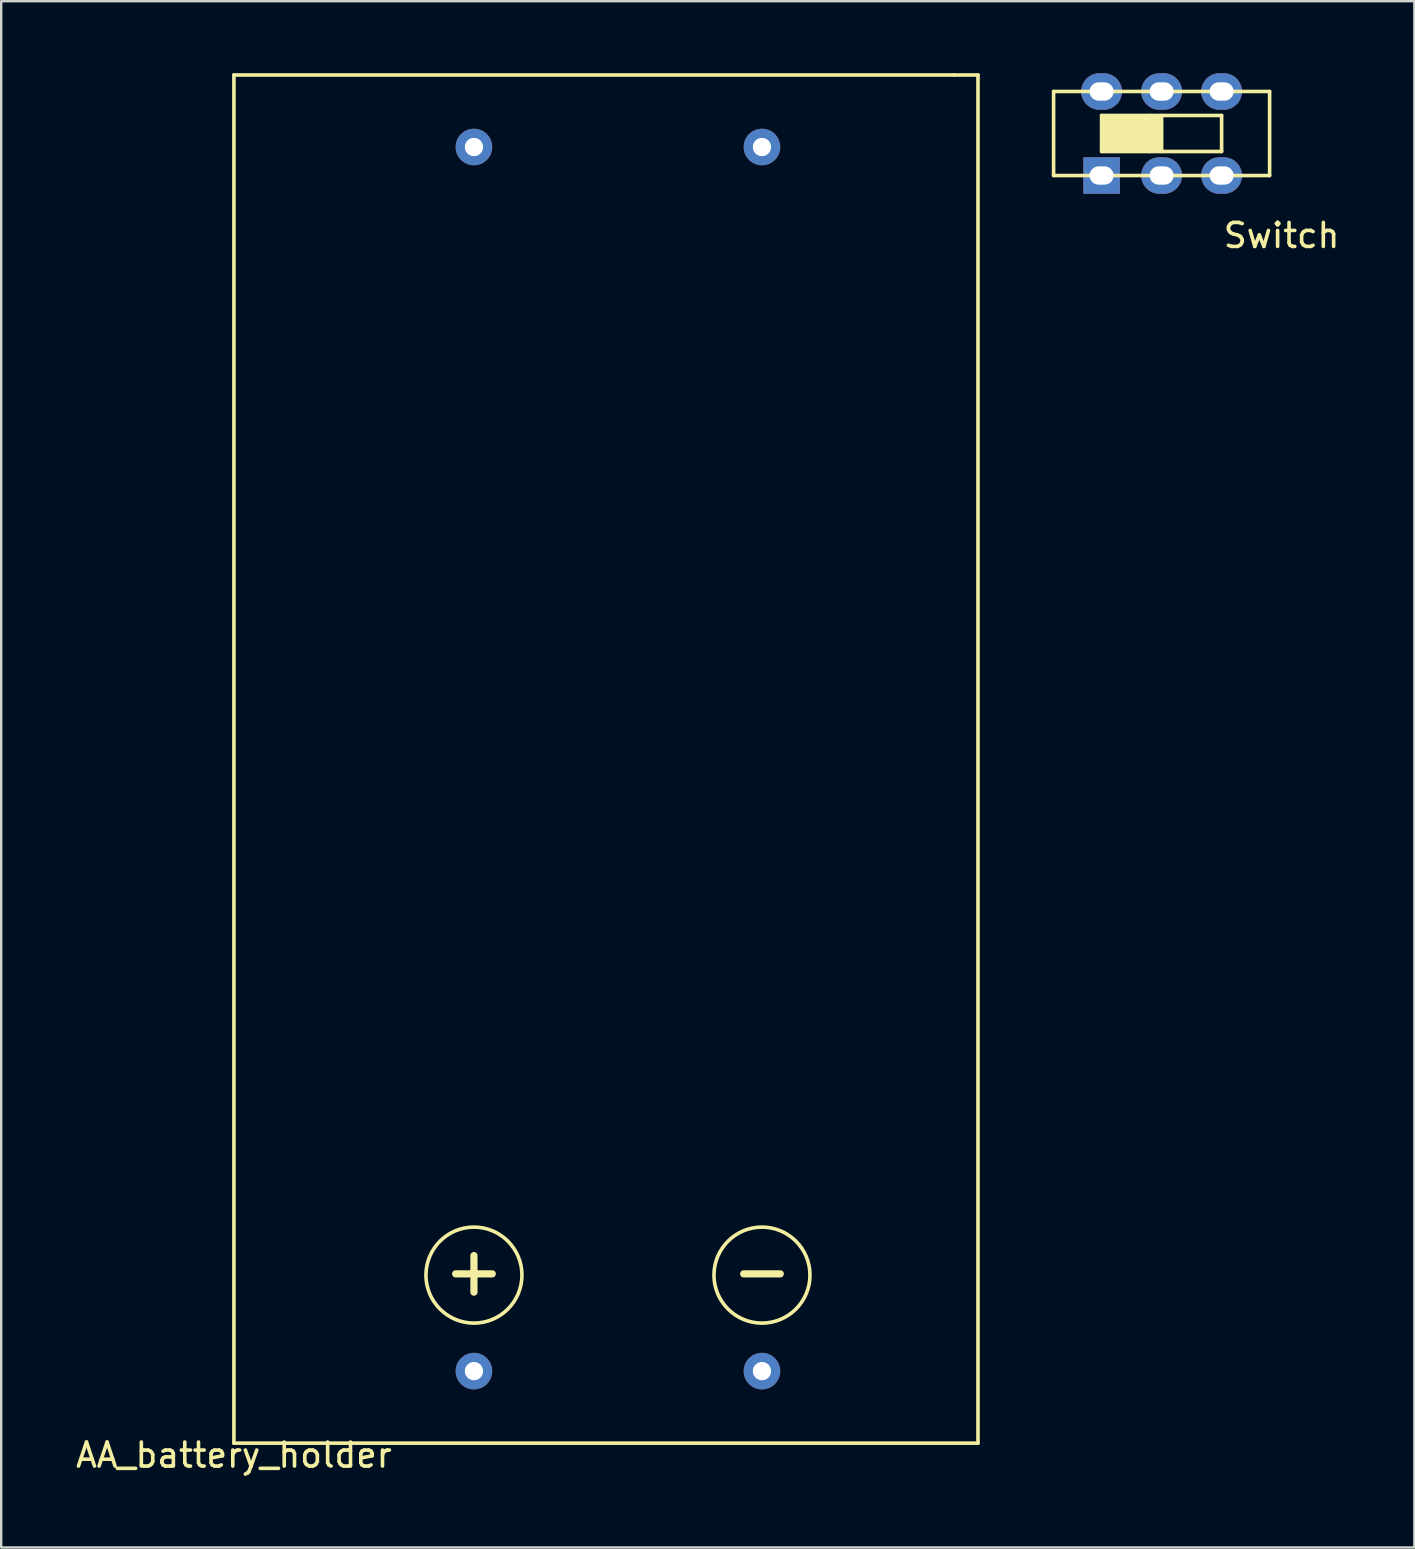
<source format=kicad_pcb>
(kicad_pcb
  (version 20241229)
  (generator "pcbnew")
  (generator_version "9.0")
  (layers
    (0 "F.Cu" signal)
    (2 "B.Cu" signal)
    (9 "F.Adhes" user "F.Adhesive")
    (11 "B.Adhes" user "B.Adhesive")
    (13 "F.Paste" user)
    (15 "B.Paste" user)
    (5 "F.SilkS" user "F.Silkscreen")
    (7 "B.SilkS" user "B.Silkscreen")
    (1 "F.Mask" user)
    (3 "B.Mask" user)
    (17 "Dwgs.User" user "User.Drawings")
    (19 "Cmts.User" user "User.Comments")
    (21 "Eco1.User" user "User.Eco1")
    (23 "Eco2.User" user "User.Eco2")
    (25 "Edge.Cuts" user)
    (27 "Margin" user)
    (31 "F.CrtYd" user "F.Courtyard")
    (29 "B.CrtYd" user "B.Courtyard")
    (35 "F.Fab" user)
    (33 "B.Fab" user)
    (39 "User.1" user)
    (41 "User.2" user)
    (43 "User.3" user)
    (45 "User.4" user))
  (footprint "AA_battery_holder"
    (layer "F.Cu")
    (at 6.696 57.075)
    (property "Reference" "AA_battery_holder" (at 0 0.5 0) (layer "F.SilkS") (effects (font (size 1 1) (thickness 0.15))))
    (attr through_hole)
    (fp_line (start 0 -57) (end 0 0) (stroke (width 0.15) (type solid)) (layer "F.SilkS"))
    (fp_line (start 0 0) (end 31 0) (stroke (width 0.15) (type solid)) (layer "F.SilkS"))
    (fp_line (start 30 -57) (end 0 -57) (stroke (width 0.15) (type solid)) (layer "F.SilkS"))
    (fp_line (start 30 -57) (end 31 -57) (stroke (width 0.15) (type solid)) (layer "F.SilkS"))
    (fp_line (start 31 0) (end 31 -57) (stroke (width 0.15) (type solid)) (layer "F.SilkS"))
    (fp_circle (center 10 -7) (end 12 -7) (stroke (width 0.15) (type solid)) (fill no) (layer "F.SilkS"))
    (fp_circle (center 22 -7) (end 24 -7) (stroke (width 0.15) (type solid)) (fill no) (layer "F.SilkS"))
    (fp_text user "-" (at 22 -7.2 0) (layer "F.SilkS") (effects (font (size 2 2) (thickness 0.3))))
    (fp_text user "+" (at 10 -7.2 0) (layer "F.SilkS") (effects (font (size 2 2) (thickness 0.3))))
    (pad "1" thru_hole circle (at 10 -3) (size 1.524 1.524) (drill 0.762) (layers "*.Cu" "*.Mask"))
    (pad "2" thru_hole circle (at 10 -54) (size 1.524 1.524) (drill 0.762) (layers "*.Cu" "*.Mask"))
    (pad "3" thru_hole circle (at 22 -54) (size 1.524 1.524) (drill 0.762) (layers "*.Cu" "*.Mask"))
    (pad "4" thru_hole circle (at 22 -3) (size 1.524 1.524) (drill 0.762) (layers "*.Cu" "*.Mask")))
  (footprint "Switch"
    (layer "F.Cu")
    (at 45.346 4.262)
    (property "Reference" "Switch" (at 5 2.5 0) (layer "F.SilkS") (effects (font (size 1 1) (thickness 0.15))))
    (attr through_hole)
    (fp_line (start -4.5 -3.5) (end -4.5 0) (stroke (width 0.15) (type solid)) (layer "F.SilkS"))
    (fp_line (start -4.5 0) (end 0 0) (stroke (width 0.15) (type solid)) (layer "F.SilkS"))
    (fp_line (start -2.5 -2.5) (end -2.5 -1) (stroke (width 0.15) (type solid)) (layer "F.SilkS"))
    (fp_line (start -2.5 -1) (end -0.5 -1) (stroke (width 0.15) (type solid)) (layer "F.SilkS"))
    (fp_line (start -2.2 -2.2) (end -0.3 -2.2) (stroke (width 0.7) (type solid)) (layer "F.SilkS"))
    (fp_line (start -2.2 -1.7) (end -0.3 -1.7) (stroke (width 0.7) (type solid)) (layer "F.SilkS"))
    (fp_line (start -2.2 -1.3) (end -0.3 -1.3) (stroke (width 0.7) (type solid)) (layer "F.SilkS"))
    (fp_line (start -0.5 -2.5) (end -2.5 -2.5) (stroke (width 0.15) (type solid)) (layer "F.SilkS"))
    (fp_line (start -0.5 -1) (end 2.5 -1) (stroke (width 0.15) (type solid)) (layer "F.SilkS"))
    (fp_line (start 0 -3.5) (end -4.5 -3.5) (stroke (width 0.15) (type solid)) (layer "F.SilkS"))
    (fp_line (start 0 -1) (end 0 -2.5) (stroke (width 0.15) (type solid)) (layer "F.SilkS"))
    (fp_line (start 0 0) (end 4.5 0) (stroke (width 0.15) (type solid)) (layer "F.SilkS"))
    (fp_line (start 2.5 -2.5) (end -0.5 -2.5) (stroke (width 0.15) (type solid)) (layer "F.SilkS"))
    (fp_line (start 2.5 -1) (end 2.5 -2.5) (stroke (width 0.15) (type solid)) (layer "F.SilkS"))
    (fp_line (start 4.5 -3.5) (end 0 -3.5) (stroke (width 0.15) (type solid)) (layer "F.SilkS"))
    (fp_line (start 4.5 0) (end 4.5 -3.5) (stroke (width 0.15) (type solid)) (layer "F.SilkS"))
    (pad "1" thru_hole trapezoid (at -2.5 0) (size 1.524 1.524) (drill oval 1 0.762) (layers "*.Cu" "*.Mask"))
    (pad "2" thru_hole oval (at 0 0) (size 1.7 1.524) (drill oval 1 0.762) (layers "*.Cu" "*.Mask"))
    (pad "3" thru_hole oval (at 2.5 0) (size 1.7 1.524) (drill oval 1 0.762) (layers "*.Cu" "*.Mask"))
    (pad "4" thru_hole oval (at -2.5 -3.5) (size 1.7 1.524) (drill oval 1 0.762) (layers "*.Cu" "*.Mask"))
    (pad "5" thru_hole oval (at 0 -3.5) (size 1.7 1.524) (drill oval 1 0.762) (layers "*.Cu" "*.Mask"))
    (pad "6" thru_hole oval (at 2.5 -3.5) (size 1.7 1.524) (drill oval 1 0.762) (layers "*.Cu" "*.Mask")))
  (gr_rect
    (start -3 -3)
    (end 55.876 61.423)
    (stroke (width 0.1) (type default))
    (fill no)
    (layer "Edge.Cuts")))
</source>
